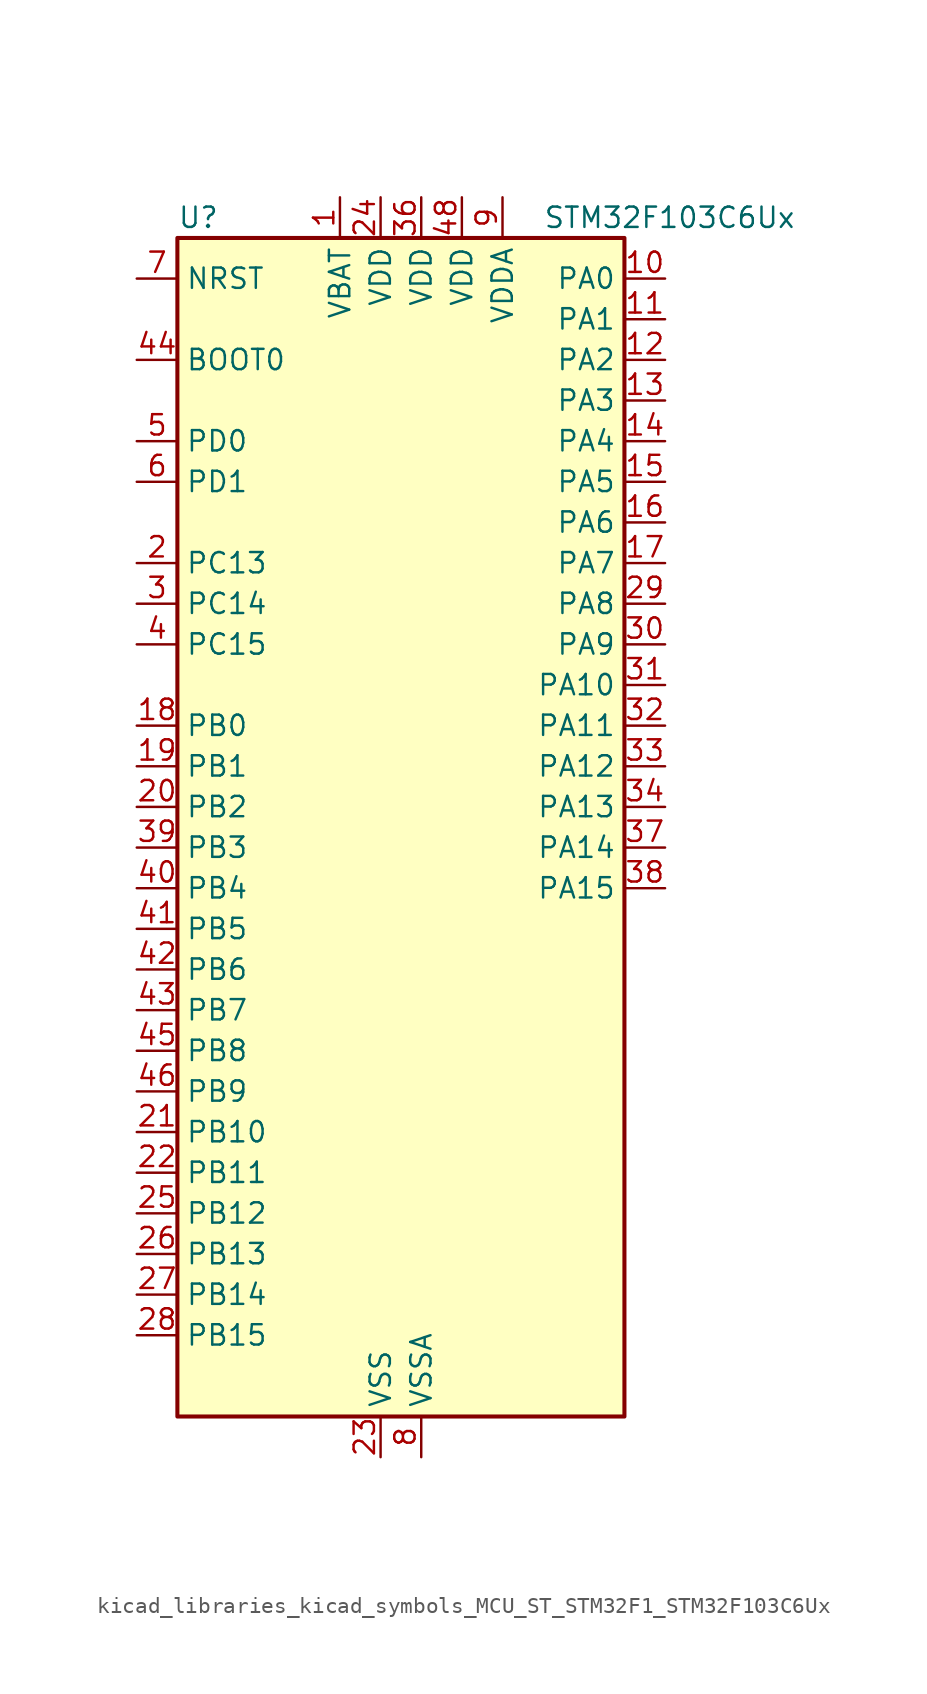
<source format=kicad_sym>
(kicad_symbol_lib
  (version 20220914)
  (generator kicad_symbol_editor)
  (symbol "kicad_libraries_kicad_symbols_MCU_ST_STM32F1_STM32F103C6Ux"
    (property "Reference" "U"
      (at -12.7 39.37 0)
      (effects (font (size 1.27 1.27)) (justify left)))
    (property "Value" "STM32F103C6Ux"
      (at 10.16 39.37 0)
      (effects (font (size 1.27 1.27)) (justify left)))
    (property "ki_locked" ""
      (at 0 0 0)
      (effects (font (size 1.27 1.27))))
    (symbol "kicad_libraries_kicad_symbols_MCU_ST_STM32F1_STM32F103C6Ux_0_1"
      (rectangle (start -12.7 -35.56) (end 15.24 38.1) (stroke (width 0.254) (type default)) (fill (type background))))
    (symbol "kicad_libraries_kicad_symbols_MCU_ST_STM32F1_STM32F103C6Ux_1_1"
      (pin power_in line (at -2.54 40.64 270) (length 2.54) (name "VBAT" (effects (font (size 1.27 1.27)))) (number "1" (effects (font (size 1.27 1.27)))))
      (pin bidirectional line (at 17.78 35.56 180) (length 2.54) (name "PA0" (effects (font (size 1.27 1.27)))) (number "10" (effects (font (size 1.27 1.27)))) (alternate "ADC1_IN0" bidirectional line) (alternate "ADC2_IN0" bidirectional line) (alternate "SYS_WKUP" bidirectional line) (alternate "TIM2_CH1" bidirectional line) (alternate "TIM2_ETR" bidirectional line) (alternate "USART2_CTS" bidirectional line))
      (pin bidirectional line (at 17.78 33.02 180) (length 2.54) (name "PA1" (effects (font (size 1.27 1.27)))) (number "11" (effects (font (size 1.27 1.27)))) (alternate "ADC1_IN1" bidirectional line) (alternate "ADC2_IN1" bidirectional line) (alternate "TIM2_CH2" bidirectional line) (alternate "USART2_RTS" bidirectional line))
      (pin bidirectional line (at 17.78 30.48 180) (length 2.54) (name "PA2" (effects (font (size 1.27 1.27)))) (number "12" (effects (font (size 1.27 1.27)))) (alternate "ADC1_IN2" bidirectional line) (alternate "ADC2_IN2" bidirectional line) (alternate "TIM2_CH3" bidirectional line) (alternate "USART2_TX" bidirectional line))
      (pin bidirectional line (at 17.78 27.94 180) (length 2.54) (name "PA3" (effects (font (size 1.27 1.27)))) (number "13" (effects (font (size 1.27 1.27)))) (alternate "ADC1_IN3" bidirectional line) (alternate "ADC2_IN3" bidirectional line) (alternate "TIM2_CH4" bidirectional line) (alternate "USART2_RX" bidirectional line))
      (pin bidirectional line (at 17.78 25.4 180) (length 2.54) (name "PA4" (effects (font (size 1.27 1.27)))) (number "14" (effects (font (size 1.27 1.27)))) (alternate "ADC1_IN4" bidirectional line) (alternate "ADC2_IN4" bidirectional line) (alternate "SPI1_NSS" bidirectional line) (alternate "USART2_CK" bidirectional line))
      (pin bidirectional line (at 17.78 22.86 180) (length 2.54) (name "PA5" (effects (font (size 1.27 1.27)))) (number "15" (effects (font (size 1.27 1.27)))) (alternate "ADC1_IN5" bidirectional line) (alternate "ADC2_IN5" bidirectional line) (alternate "SPI1_SCK" bidirectional line))
      (pin bidirectional line (at 17.78 20.32 180) (length 2.54) (name "PA6" (effects (font (size 1.27 1.27)))) (number "16" (effects (font (size 1.27 1.27)))) (alternate "ADC1_IN6" bidirectional line) (alternate "ADC2_IN6" bidirectional line) (alternate "SPI1_MISO" bidirectional line) (alternate "TIM1_BKIN" bidirectional line) (alternate "TIM3_CH1" bidirectional line))
      (pin bidirectional line (at 17.78 17.78 180) (length 2.54) (name "PA7" (effects (font (size 1.27 1.27)))) (number "17" (effects (font (size 1.27 1.27)))) (alternate "ADC1_IN7" bidirectional line) (alternate "ADC2_IN7" bidirectional line) (alternate "SPI1_MOSI" bidirectional line) (alternate "TIM1_CH1N" bidirectional line) (alternate "TIM3_CH2" bidirectional line))
      (pin bidirectional line (at -15.24 7.62 0) (length 2.54) (name "PB0" (effects (font (size 1.27 1.27)))) (number "18" (effects (font (size 1.27 1.27)))) (alternate "ADC1_IN8" bidirectional line) (alternate "ADC2_IN8" bidirectional line) (alternate "TIM1_CH2N" bidirectional line) (alternate "TIM3_CH3" bidirectional line))
      (pin bidirectional line (at -15.24 5.08 0) (length 2.54) (name "PB1" (effects (font (size 1.27 1.27)))) (number "19" (effects (font (size 1.27 1.27)))) (alternate "ADC1_IN9" bidirectional line) (alternate "ADC2_IN9" bidirectional line) (alternate "TIM1_CH3N" bidirectional line) (alternate "TIM3_CH4" bidirectional line))
      (pin bidirectional line (at -15.24 17.78 0) (length 2.54) (name "PC13" (effects (font (size 1.27 1.27)))) (number "2" (effects (font (size 1.27 1.27)))) (alternate "RTC_OUT" bidirectional line) (alternate "RTC_TAMPER" bidirectional line))
      (pin bidirectional line (at -15.24 2.54 0) (length 2.54) (name "PB2" (effects (font (size 1.27 1.27)))) (number "20" (effects (font (size 1.27 1.27)))))
      (pin bidirectional line (at -15.24 -17.78 0) (length 2.54) (name "PB10" (effects (font (size 1.27 1.27)))) (number "21" (effects (font (size 1.27 1.27)))) (alternate "TIM2_CH3" bidirectional line))
      (pin bidirectional line (at -15.24 -20.32 0) (length 2.54) (name "PB11" (effects (font (size 1.27 1.27)))) (number "22" (effects (font (size 1.27 1.27)))) (alternate "ADC1_EXTI11" bidirectional line) (alternate "ADC2_EXTI11" bidirectional line) (alternate "TIM2_CH4" bidirectional line))
      (pin power_in line (at 0 -38.1 90) (length 2.54) (name "VSS" (effects (font (size 1.27 1.27)))) (number "23" (effects (font (size 1.27 1.27)))))
      (pin power_in line (at 0 40.64 270) (length 2.54) (name "VDD" (effects (font (size 1.27 1.27)))) (number "24" (effects (font (size 1.27 1.27)))))
      (pin bidirectional line (at -15.24 -22.86 0) (length 2.54) (name "PB12" (effects (font (size 1.27 1.27)))) (number "25" (effects (font (size 1.27 1.27)))) (alternate "TIM1_BKIN" bidirectional line))
      (pin bidirectional line (at -15.24 -25.4 0) (length 2.54) (name "PB13" (effects (font (size 1.27 1.27)))) (number "26" (effects (font (size 1.27 1.27)))) (alternate "TIM1_CH1N" bidirectional line))
      (pin bidirectional line (at -15.24 -27.94 0) (length 2.54) (name "PB14" (effects (font (size 1.27 1.27)))) (number "27" (effects (font (size 1.27 1.27)))) (alternate "TIM1_CH2N" bidirectional line))
      (pin bidirectional line (at -15.24 -30.48 0) (length 2.54) (name "PB15" (effects (font (size 1.27 1.27)))) (number "28" (effects (font (size 1.27 1.27)))) (alternate "ADC1_EXTI15" bidirectional line) (alternate "ADC2_EXTI15" bidirectional line) (alternate "TIM1_CH3N" bidirectional line))
      (pin bidirectional line (at 17.78 15.24 180) (length 2.54) (name "PA8" (effects (font (size 1.27 1.27)))) (number "29" (effects (font (size 1.27 1.27)))) (alternate "RCC_MCO" bidirectional line) (alternate "TIM1_CH1" bidirectional line) (alternate "USART1_CK" bidirectional line))
      (pin bidirectional line (at -15.24 15.24 0) (length 2.54) (name "PC14" (effects (font (size 1.27 1.27)))) (number "3" (effects (font (size 1.27 1.27)))) (alternate "RCC_OSC32_IN" bidirectional line))
      (pin bidirectional line (at 17.78 12.7 180) (length 2.54) (name "PA9" (effects (font (size 1.27 1.27)))) (number "30" (effects (font (size 1.27 1.27)))) (alternate "TIM1_CH2" bidirectional line) (alternate "USART1_TX" bidirectional line))
      (pin bidirectional line (at 17.78 10.16 180) (length 2.54) (name "PA10" (effects (font (size 1.27 1.27)))) (number "31" (effects (font (size 1.27 1.27)))) (alternate "TIM1_CH3" bidirectional line) (alternate "USART1_RX" bidirectional line))
      (pin bidirectional line (at 17.78 7.62 180) (length 2.54) (name "PA11" (effects (font (size 1.27 1.27)))) (number "32" (effects (font (size 1.27 1.27)))) (alternate "ADC1_EXTI11" bidirectional line) (alternate "ADC2_EXTI11" bidirectional line) (alternate "CAN_RX" bidirectional line) (alternate "TIM1_CH4" bidirectional line) (alternate "USART1_CTS" bidirectional line) (alternate "USB_DM" bidirectional line))
      (pin bidirectional line (at 17.78 5.08 180) (length 2.54) (name "PA12" (effects (font (size 1.27 1.27)))) (number "33" (effects (font (size 1.27 1.27)))) (alternate "CAN_TX" bidirectional line) (alternate "TIM1_ETR" bidirectional line) (alternate "USART1_RTS" bidirectional line) (alternate "USB_DP" bidirectional line))
      (pin bidirectional line (at 17.78 2.54 180) (length 2.54) (name "PA13" (effects (font (size 1.27 1.27)))) (number "34" (effects (font (size 1.27 1.27)))) (alternate "SYS_JTMS-SWDIO" bidirectional line))
      (pin passive line (at 0 -38.1 90) (length 2.54) hide (name "VSS" (effects (font (size 1.27 1.27)))) (number "35" (effects (font (size 1.27 1.27)))))
      (pin power_in line (at 2.54 40.64 270) (length 2.54) (name "VDD" (effects (font (size 1.27 1.27)))) (number "36" (effects (font (size 1.27 1.27)))))
      (pin bidirectional line (at 17.78 0 180) (length 2.54) (name "PA14" (effects (font (size 1.27 1.27)))) (number "37" (effects (font (size 1.27 1.27)))) (alternate "SYS_JTCK-SWCLK" bidirectional line))
      (pin bidirectional line (at 17.78 -2.54 180) (length 2.54) (name "PA15" (effects (font (size 1.27 1.27)))) (number "38" (effects (font (size 1.27 1.27)))) (alternate "ADC1_EXTI15" bidirectional line) (alternate "ADC2_EXTI15" bidirectional line) (alternate "SPI1_NSS" bidirectional line) (alternate "SYS_JTDI" bidirectional line) (alternate "TIM2_CH1" bidirectional line) (alternate "TIM2_ETR" bidirectional line))
      (pin bidirectional line (at -15.24 0 0) (length 2.54) (name "PB3" (effects (font (size 1.27 1.27)))) (number "39" (effects (font (size 1.27 1.27)))) (alternate "SPI1_SCK" bidirectional line) (alternate "SYS_JTDO-TRACESWO" bidirectional line) (alternate "TIM2_CH2" bidirectional line))
      (pin bidirectional line (at -15.24 12.7 0) (length 2.54) (name "PC15" (effects (font (size 1.27 1.27)))) (number "4" (effects (font (size 1.27 1.27)))) (alternate "ADC1_EXTI15" bidirectional line) (alternate "ADC2_EXTI15" bidirectional line) (alternate "RCC_OSC32_OUT" bidirectional line))
      (pin bidirectional line (at -15.24 -2.54 0) (length 2.54) (name "PB4" (effects (font (size 1.27 1.27)))) (number "40" (effects (font (size 1.27 1.27)))) (alternate "SPI1_MISO" bidirectional line) (alternate "SYS_NJTRST" bidirectional line) (alternate "TIM3_CH1" bidirectional line))
      (pin bidirectional line (at -15.24 -5.08 0) (length 2.54) (name "PB5" (effects (font (size 1.27 1.27)))) (number "41" (effects (font (size 1.27 1.27)))) (alternate "I2C1_SMBA" bidirectional line) (alternate "SPI1_MOSI" bidirectional line) (alternate "TIM3_CH2" bidirectional line))
      (pin bidirectional line (at -15.24 -7.62 0) (length 2.54) (name "PB6" (effects (font (size 1.27 1.27)))) (number "42" (effects (font (size 1.27 1.27)))) (alternate "I2C1_SCL" bidirectional line) (alternate "USART1_TX" bidirectional line))
      (pin bidirectional line (at -15.24 -10.16 0) (length 2.54) (name "PB7" (effects (font (size 1.27 1.27)))) (number "43" (effects (font (size 1.27 1.27)))) (alternate "I2C1_SDA" bidirectional line) (alternate "USART1_RX" bidirectional line))
      (pin input line (at -15.24 30.48 0) (length 2.54) (name "BOOT0" (effects (font (size 1.27 1.27)))) (number "44" (effects (font (size 1.27 1.27)))))
      (pin bidirectional line (at -15.24 -12.7 0) (length 2.54) (name "PB8" (effects (font (size 1.27 1.27)))) (number "45" (effects (font (size 1.27 1.27)))) (alternate "CAN_RX" bidirectional line) (alternate "I2C1_SCL" bidirectional line))
      (pin bidirectional line (at -15.24 -15.24 0) (length 2.54) (name "PB9" (effects (font (size 1.27 1.27)))) (number "46" (effects (font (size 1.27 1.27)))) (alternate "CAN_TX" bidirectional line) (alternate "I2C1_SDA" bidirectional line))
      (pin passive line (at 0 -38.1 90) (length 2.54) hide (name "VSS" (effects (font (size 1.27 1.27)))) (number "47" (effects (font (size 1.27 1.27)))))
      (pin power_in line (at 5.08 40.64 270) (length 2.54) (name "VDD" (effects (font (size 1.27 1.27)))) (number "48" (effects (font (size 1.27 1.27)))))
      (pin passive line (at 0 -38.1 90) (length 2.54) hide (name "VSS" (effects (font (size 1.27 1.27)))) (number "49" (effects (font (size 1.27 1.27)))))
      (pin bidirectional line (at -15.24 25.4 0) (length 2.54) (name "PD0" (effects (font (size 1.27 1.27)))) (number "5" (effects (font (size 1.27 1.27)))) (alternate "RCC_OSC_IN" bidirectional line))
      (pin bidirectional line (at -15.24 22.86 0) (length 2.54) (name "PD1" (effects (font (size 1.27 1.27)))) (number "6" (effects (font (size 1.27 1.27)))) (alternate "RCC_OSC_OUT" bidirectional line))
      (pin input line (at -15.24 35.56 0) (length 2.54) (name "NRST" (effects (font (size 1.27 1.27)))) (number "7" (effects (font (size 1.27 1.27)))))
      (pin power_in line (at 2.54 -38.1 90) (length 2.54) (name "VSSA" (effects (font (size 1.27 1.27)))) (number "8" (effects (font (size 1.27 1.27)))))
      (pin power_in line (at 7.62 40.64 270) (length 2.54) (name "VDDA" (effects (font (size 1.27 1.27)))) (number "9" (effects (font (size 1.27 1.27))))))))
</source>
